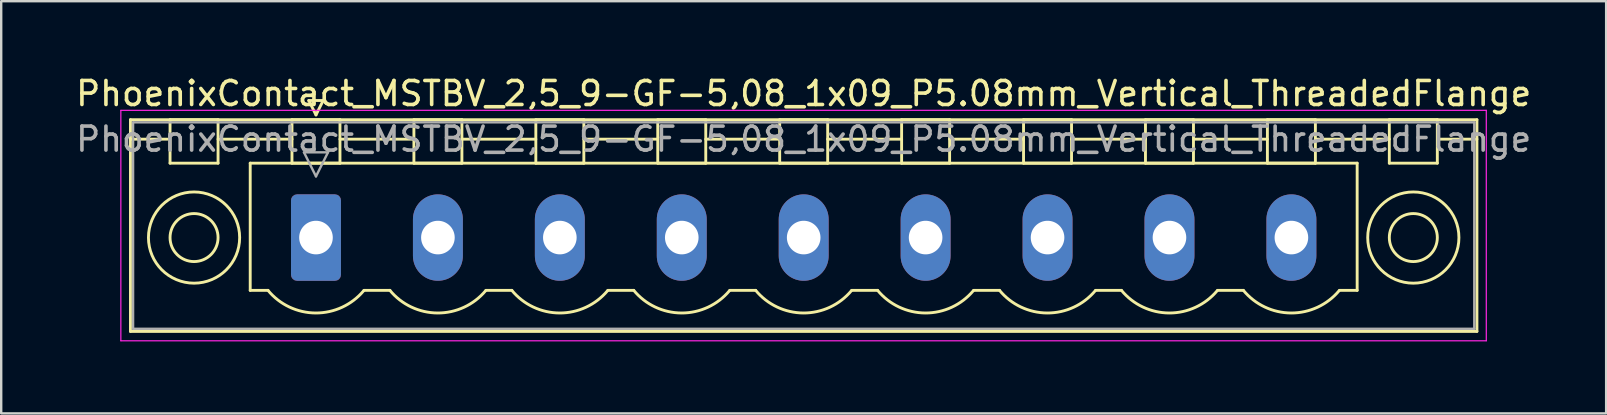
<source format=kicad_pcb>
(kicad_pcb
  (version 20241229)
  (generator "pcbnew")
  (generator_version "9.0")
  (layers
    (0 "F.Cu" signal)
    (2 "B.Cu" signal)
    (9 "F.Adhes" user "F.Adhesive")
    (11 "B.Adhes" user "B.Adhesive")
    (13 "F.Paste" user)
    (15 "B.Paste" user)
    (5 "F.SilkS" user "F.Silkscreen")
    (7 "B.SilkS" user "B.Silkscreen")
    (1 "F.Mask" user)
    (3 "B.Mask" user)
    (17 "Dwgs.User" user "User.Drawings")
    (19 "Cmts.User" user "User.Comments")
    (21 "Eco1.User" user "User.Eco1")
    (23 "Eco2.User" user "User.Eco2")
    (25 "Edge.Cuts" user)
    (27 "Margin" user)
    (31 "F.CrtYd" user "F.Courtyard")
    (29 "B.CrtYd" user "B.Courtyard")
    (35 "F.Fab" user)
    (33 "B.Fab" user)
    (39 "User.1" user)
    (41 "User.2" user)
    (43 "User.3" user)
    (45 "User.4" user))
  (footprint "PhoenixContact_MSTBV_2,5_9-GF-5,08_1x09_P5.08mm_Vertical_ThreadedFlange"
    (layer "F.Cu")
    (at 10.115 6.848)
    (property "Reference" "PhoenixContact_MSTBV_2,5_9-GF-5,08_1x09_P5.08mm_Vertical_ThreadedFlange" (at 20.32 -6 0) (layer "F.SilkS") (effects (font (size 1 1) (thickness 0.15))))
    (attr through_hole)
    (fp_line (start -7.73 -4.91) (end -7.73 3.91) (stroke (width 0.12) (type solid)) (layer "F.SilkS"))
    (fp_line (start -7.73 -4.1) (end -6.19 -4.1) (stroke (width 0.12) (type solid)) (layer "F.SilkS"))
    (fp_line (start -7.73 3.91) (end 48.37 3.91) (stroke (width 0.12) (type solid)) (layer "F.SilkS"))
    (fp_line (start -6.08 -4.91) (end -4.08 -4.91) (stroke (width 0.12) (type solid)) (layer "F.SilkS"))
    (fp_line (start -6.08 -3.1) (end -6.08 -4.91) (stroke (width 0.12) (type solid)) (layer "F.SilkS"))
    (fp_line (start -4.08 -4.91) (end -4.08 -3.1) (stroke (width 0.12) (type solid)) (layer "F.SilkS"))
    (fp_line (start -4.08 -4.1) (end -1 -4.1) (stroke (width 0.12) (type solid)) (layer "F.SilkS"))
    (fp_line (start -4.08 -3.1) (end -6.08 -3.1) (stroke (width 0.12) (type solid)) (layer "F.SilkS"))
    (fp_line (start -2.74 -3.1) (end 43.38 -3.1) (stroke (width 0.12) (type solid)) (layer "F.SilkS"))
    (fp_line (start -2.74 2.2) (end -2.74 -3.1) (stroke (width 0.12) (type solid)) (layer "F.SilkS"))
    (fp_line (start -2 2.2) (end -2.74 2.2) (stroke (width 0.12) (type solid)) (layer "F.SilkS"))
    (fp_line (start -1 -4.91) (end 1 -4.91) (stroke (width 0.12) (type solid)) (layer "F.SilkS"))
    (fp_line (start -1 -3.1) (end -1 -4.91) (stroke (width 0.12) (type solid)) (layer "F.SilkS"))
    (fp_line (start -0.3 -5.71) (end 0.3 -5.71) (stroke (width 0.12) (type solid)) (layer "F.SilkS"))
    (fp_line (start 0 -5.11) (end -0.3 -5.71) (stroke (width 0.12) (type solid)) (layer "F.SilkS"))
    (fp_line (start 0.3 -5.71) (end 0 -5.11) (stroke (width 0.12) (type solid)) (layer "F.SilkS"))
    (fp_line (start 1 -4.91) (end 1 -3.1) (stroke (width 0.12) (type solid)) (layer "F.SilkS"))
    (fp_line (start 1 -4.1) (end 4.08 -4.1) (stroke (width 0.12) (type solid)) (layer "F.SilkS"))
    (fp_line (start 1 -3.1) (end -1 -3.1) (stroke (width 0.12) (type solid)) (layer "F.SilkS"))
    (fp_line (start 2 2.2) (end 3.08 2.2) (stroke (width 0.12) (type solid)) (layer "F.SilkS"))
    (fp_line (start 4.08 -4.91) (end 6.08 -4.91) (stroke (width 0.12) (type solid)) (layer "F.SilkS"))
    (fp_line (start 4.08 -3.1) (end 4.08 -4.91) (stroke (width 0.12) (type solid)) (layer "F.SilkS"))
    (fp_line (start 6.08 -4.91) (end 6.08 -3.1) (stroke (width 0.12) (type solid)) (layer "F.SilkS"))
    (fp_line (start 6.08 -4.1) (end 9.16 -4.1) (stroke (width 0.12) (type solid)) (layer "F.SilkS"))
    (fp_line (start 6.08 -3.1) (end 4.08 -3.1) (stroke (width 0.12) (type solid)) (layer "F.SilkS"))
    (fp_line (start 7.08 2.2) (end 8.16 2.2) (stroke (width 0.12) (type solid)) (layer "F.SilkS"))
    (fp_line (start 9.16 -4.91) (end 11.16 -4.91) (stroke (width 0.12) (type solid)) (layer "F.SilkS"))
    (fp_line (start 9.16 -3.1) (end 9.16 -4.91) (stroke (width 0.12) (type solid)) (layer "F.SilkS"))
    (fp_line (start 11.16 -4.91) (end 11.16 -3.1) (stroke (width 0.12) (type solid)) (layer "F.SilkS"))
    (fp_line (start 11.16 -4.1) (end 14.24 -4.1) (stroke (width 0.12) (type solid)) (layer "F.SilkS"))
    (fp_line (start 11.16 -3.1) (end 9.16 -3.1) (stroke (width 0.12) (type solid)) (layer "F.SilkS"))
    (fp_line (start 12.16 2.2) (end 13.24 2.2) (stroke (width 0.12) (type solid)) (layer "F.SilkS"))
    (fp_line (start 14.24 -4.91) (end 16.24 -4.91) (stroke (width 0.12) (type solid)) (layer "F.SilkS"))
    (fp_line (start 14.24 -3.1) (end 14.24 -4.91) (stroke (width 0.12) (type solid)) (layer "F.SilkS"))
    (fp_line (start 16.24 -4.91) (end 16.24 -3.1) (stroke (width 0.12) (type solid)) (layer "F.SilkS"))
    (fp_line (start 16.24 -4.1) (end 19.32 -4.1) (stroke (width 0.12) (type solid)) (layer "F.SilkS"))
    (fp_line (start 16.24 -3.1) (end 14.24 -3.1) (stroke (width 0.12) (type solid)) (layer "F.SilkS"))
    (fp_line (start 17.24 2.2) (end 18.32 2.2) (stroke (width 0.12) (type solid)) (layer "F.SilkS"))
    (fp_line (start 19.32 -4.91) (end 21.32 -4.91) (stroke (width 0.12) (type solid)) (layer "F.SilkS"))
    (fp_line (start 19.32 -3.1) (end 19.32 -4.91) (stroke (width 0.12) (type solid)) (layer "F.SilkS"))
    (fp_line (start 21.32 -4.91) (end 21.32 -3.1) (stroke (width 0.12) (type solid)) (layer "F.SilkS"))
    (fp_line (start 21.32 -4.1) (end 24.4 -4.1) (stroke (width 0.12) (type solid)) (layer "F.SilkS"))
    (fp_line (start 21.32 -3.1) (end 19.32 -3.1) (stroke (width 0.12) (type solid)) (layer "F.SilkS"))
    (fp_line (start 22.32 2.2) (end 23.4 2.2) (stroke (width 0.12) (type solid)) (layer "F.SilkS"))
    (fp_line (start 24.4 -4.91) (end 26.4 -4.91) (stroke (width 0.12) (type solid)) (layer "F.SilkS"))
    (fp_line (start 24.4 -3.1) (end 24.4 -4.91) (stroke (width 0.12) (type solid)) (layer "F.SilkS"))
    (fp_line (start 26.4 -4.91) (end 26.4 -3.1) (stroke (width 0.12) (type solid)) (layer "F.SilkS"))
    (fp_line (start 26.4 -4.1) (end 29.48 -4.1) (stroke (width 0.12) (type solid)) (layer "F.SilkS"))
    (fp_line (start 26.4 -3.1) (end 24.4 -3.1) (stroke (width 0.12) (type solid)) (layer "F.SilkS"))
    (fp_line (start 27.4 2.2) (end 28.48 2.2) (stroke (width 0.12) (type solid)) (layer "F.SilkS"))
    (fp_line (start 29.48 -4.91) (end 31.48 -4.91) (stroke (width 0.12) (type solid)) (layer "F.SilkS"))
    (fp_line (start 29.48 -3.1) (end 29.48 -4.91) (stroke (width 0.12) (type solid)) (layer "F.SilkS"))
    (fp_line (start 31.48 -4.91) (end 31.48 -3.1) (stroke (width 0.12) (type solid)) (layer "F.SilkS"))
    (fp_line (start 31.48 -4.1) (end 34.56 -4.1) (stroke (width 0.12) (type solid)) (layer "F.SilkS"))
    (fp_line (start 31.48 -3.1) (end 29.48 -3.1) (stroke (width 0.12) (type solid)) (layer "F.SilkS"))
    (fp_line (start 32.48 2.2) (end 33.56 2.2) (stroke (width 0.12) (type solid)) (layer "F.SilkS"))
    (fp_line (start 34.56 -4.91) (end 36.56 -4.91) (stroke (width 0.12) (type solid)) (layer "F.SilkS"))
    (fp_line (start 34.56 -3.1) (end 34.56 -4.91) (stroke (width 0.12) (type solid)) (layer "F.SilkS"))
    (fp_line (start 36.56 -4.91) (end 36.56 -3.1) (stroke (width 0.12) (type solid)) (layer "F.SilkS"))
    (fp_line (start 36.56 -4.1) (end 39.64 -4.1) (stroke (width 0.12) (type solid)) (layer "F.SilkS"))
    (fp_line (start 36.56 -3.1) (end 34.56 -3.1) (stroke (width 0.12) (type solid)) (layer "F.SilkS"))
    (fp_line (start 37.56 2.2) (end 38.64 2.2) (stroke (width 0.12) (type solid)) (layer "F.SilkS"))
    (fp_line (start 39.64 -4.91) (end 41.64 -4.91) (stroke (width 0.12) (type solid)) (layer "F.SilkS"))
    (fp_line (start 39.64 -3.1) (end 39.64 -4.91) (stroke (width 0.12) (type solid)) (layer "F.SilkS"))
    (fp_line (start 41.64 -4.91) (end 41.64 -3.1) (stroke (width 0.12) (type solid)) (layer "F.SilkS"))
    (fp_line (start 41.64 -4.1) (end 44.72 -4.1) (stroke (width 0.12) (type solid)) (layer "F.SilkS"))
    (fp_line (start 41.64 -3.1) (end 39.64 -3.1) (stroke (width 0.12) (type solid)) (layer "F.SilkS"))
    (fp_line (start 43.38 -3.1) (end 43.38 2.2) (stroke (width 0.12) (type solid)) (layer "F.SilkS"))
    (fp_line (start 43.38 2.2) (end 42.64 2.2) (stroke (width 0.12) (type solid)) (layer "F.SilkS"))
    (fp_line (start 44.72 -4.91) (end 46.72 -4.91) (stroke (width 0.12) (type solid)) (layer "F.SilkS"))
    (fp_line (start 44.72 -3.1) (end 44.72 -4.91) (stroke (width 0.12) (type solid)) (layer "F.SilkS"))
    (fp_line (start 46.72 -4.91) (end 46.72 -3.1) (stroke (width 0.12) (type solid)) (layer "F.SilkS"))
    (fp_line (start 46.72 -3.1) (end 44.72 -3.1) (stroke (width 0.12) (type solid)) (layer "F.SilkS"))
    (fp_line (start 48.37 -4.91) (end -7.73 -4.91) (stroke (width 0.12) (type solid)) (layer "F.SilkS"))
    (fp_line (start 48.37 -4.1) (end 46.83 -4.1) (stroke (width 0.12) (type solid)) (layer "F.SilkS"))
    (fp_line (start 48.37 3.91) (end 48.37 -4.91) (stroke (width 0.12) (type solid)) (layer "F.SilkS"))
    (fp_arc (start 1.986842 2.215821) (mid -0.010289 3.142758) (end -2 2.2) (stroke (width 0.12) (type solid)) (layer "F.SilkS"))
    (fp_arc (start 7.066842 2.215821) (mid 5.069711 3.142758) (end 3.08 2.2) (stroke (width 0.12) (type solid)) (layer "F.SilkS"))
    (fp_arc (start 12.146842 2.215821) (mid 10.149711 3.142758) (end 8.16 2.2) (stroke (width 0.12) (type solid)) (layer "F.SilkS"))
    (fp_arc (start 17.226842 2.215821) (mid 15.229711 3.142758) (end 13.24 2.2) (stroke (width 0.12) (type solid)) (layer "F.SilkS"))
    (fp_arc (start 22.306842 2.215821) (mid 20.309711 3.142758) (end 18.32 2.2) (stroke (width 0.12) (type solid)) (layer "F.SilkS"))
    (fp_arc (start 27.386842 2.215821) (mid 25.389711 3.142758) (end 23.4 2.2) (stroke (width 0.12) (type solid)) (layer "F.SilkS"))
    (fp_arc (start 32.466842 2.215821) (mid 30.469711 3.142758) (end 28.48 2.2) (stroke (width 0.12) (type solid)) (layer "F.SilkS"))
    (fp_arc (start 37.546842 2.215821) (mid 35.549711 3.142758) (end 33.56 2.2) (stroke (width 0.12) (type solid)) (layer "F.SilkS"))
    (fp_arc (start 42.626842 2.215821) (mid 40.629711 3.142758) (end 38.64 2.2) (stroke (width 0.12) (type solid)) (layer "F.SilkS"))
    (fp_circle (center -5.08 0) (end -4.08 0) (stroke (width 0.12) (type solid)) (fill no) (layer "F.SilkS"))
    (fp_circle (center -5.08 0) (end -3.18 0) (stroke (width 0.12) (type solid)) (fill no) (layer "F.SilkS"))
    (fp_circle (center 45.72 0) (end 46.72 0) (stroke (width 0.12) (type solid)) (fill no) (layer "F.SilkS"))
    (fp_circle (center 45.72 0) (end 47.62 0) (stroke (width 0.12) (type solid)) (fill no) (layer "F.SilkS"))
    (fp_line (start -8.13 -5.3) (end -8.13 4.3) (stroke (width 0.05) (type solid)) (layer "F.CrtYd"))
    (fp_line (start -8.13 4.3) (end 48.76 4.3) (stroke (width 0.05) (type solid)) (layer "F.CrtYd"))
    (fp_line (start 48.76 -5.3) (end -8.13 -5.3) (stroke (width 0.05) (type solid)) (layer "F.CrtYd"))
    (fp_line (start 48.76 4.3) (end 48.76 -5.3) (stroke (width 0.05) (type solid)) (layer "F.CrtYd"))
    (fp_line (start -7.62 -4.8) (end -7.62 3.8) (stroke (width 0.1) (type solid)) (layer "F.Fab"))
    (fp_line (start -7.62 3.8) (end 48.26 3.8) (stroke (width 0.1) (type solid)) (layer "F.Fab"))
    (fp_line (start -0.5 -3.55) (end 0.5 -3.55) (stroke (width 0.1) (type solid)) (layer "F.Fab"))
    (fp_line (start 0 -2.55) (end -0.5 -3.55) (stroke (width 0.1) (type solid)) (layer "F.Fab"))
    (fp_line (start 0.5 -3.55) (end 0 -2.55) (stroke (width 0.1) (type solid)) (layer "F.Fab"))
    (fp_line (start 48.26 -4.8) (end -7.62 -4.8) (stroke (width 0.1) (type solid)) (layer "F.Fab"))
    (fp_line (start 48.26 3.8) (end 48.26 -4.8) (stroke (width 0.1) (type solid)) (layer "F.Fab"))
    (fp_text user "${REFERENCE}" (at 20.32 -4.1 0) (layer "F.Fab") (effects (font (size 1 1) (thickness 0.15))))
    (pad "1" thru_hole roundrect (at 0 0) (size 2.08 3.6) (drill 1.4) (layers "*.Cu" "*.Mask") (roundrect_rratio 0.12))
    (pad "2" thru_hole oval (at 5.08 0) (size 2.08 3.6) (drill 1.4) (layers "*.Cu" "*.Mask"))
    (pad "3" thru_hole oval (at 10.16 0) (size 2.08 3.6) (drill 1.4) (layers "*.Cu" "*.Mask"))
    (pad "4" thru_hole oval (at 15.24 0) (size 2.08 3.6) (drill 1.4) (layers "*.Cu" "*.Mask"))
    (pad "5" thru_hole oval (at 20.32 0) (size 2.08 3.6) (drill 1.4) (layers "*.Cu" "*.Mask"))
    (pad "6" thru_hole oval (at 25.4 0) (size 2.08 3.6) (drill 1.4) (layers "*.Cu" "*.Mask"))
    (pad "7" thru_hole oval (at 30.48 0) (size 2.08 3.6) (drill 1.4) (layers "*.Cu" "*.Mask"))
    (pad "8" thru_hole oval (at 35.56 0) (size 2.08 3.6) (drill 1.4) (layers "*.Cu" "*.Mask"))
    (pad "9" thru_hole oval (at 40.64 0) (size 2.08 3.6) (drill 1.4) (layers "*.Cu" "*.Mask")))
  (gr_rect
    (start -3 -3)
    (end 63.869 14.173)
    (stroke (width 0.1) (type default))
    (fill no)
    (layer "Edge.Cuts")))
</source>
